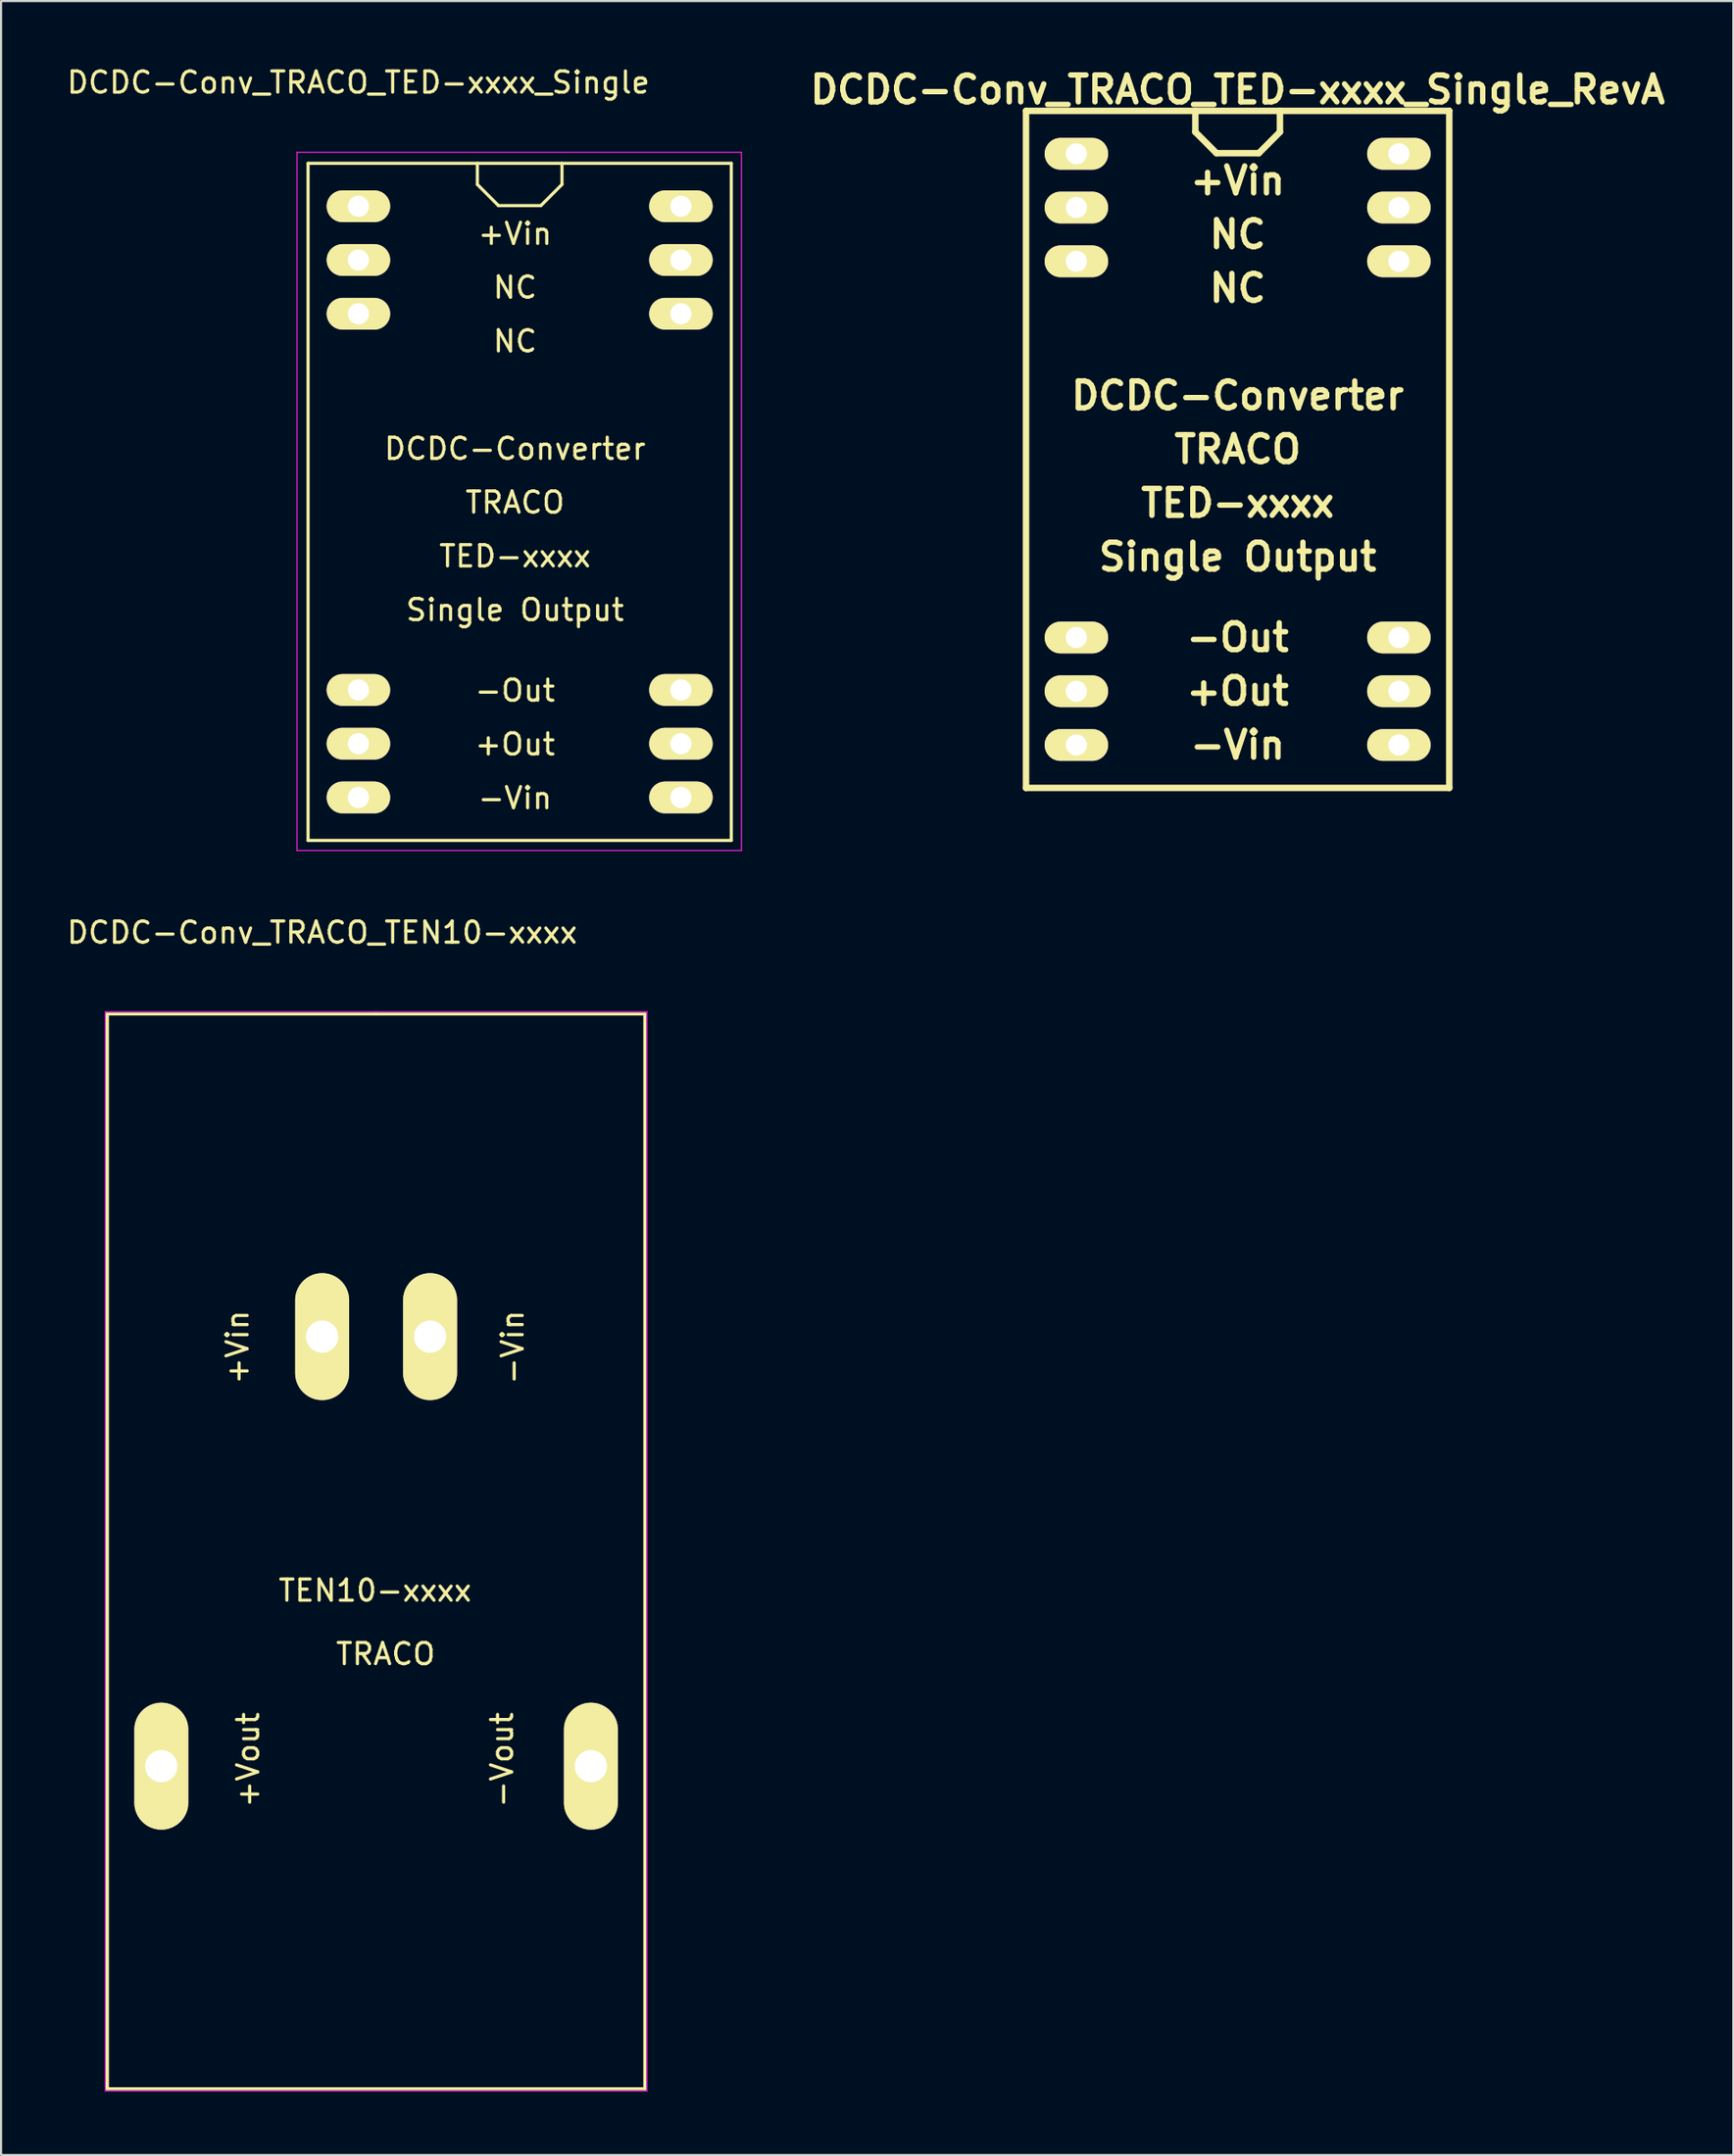
<source format=kicad_pcb>
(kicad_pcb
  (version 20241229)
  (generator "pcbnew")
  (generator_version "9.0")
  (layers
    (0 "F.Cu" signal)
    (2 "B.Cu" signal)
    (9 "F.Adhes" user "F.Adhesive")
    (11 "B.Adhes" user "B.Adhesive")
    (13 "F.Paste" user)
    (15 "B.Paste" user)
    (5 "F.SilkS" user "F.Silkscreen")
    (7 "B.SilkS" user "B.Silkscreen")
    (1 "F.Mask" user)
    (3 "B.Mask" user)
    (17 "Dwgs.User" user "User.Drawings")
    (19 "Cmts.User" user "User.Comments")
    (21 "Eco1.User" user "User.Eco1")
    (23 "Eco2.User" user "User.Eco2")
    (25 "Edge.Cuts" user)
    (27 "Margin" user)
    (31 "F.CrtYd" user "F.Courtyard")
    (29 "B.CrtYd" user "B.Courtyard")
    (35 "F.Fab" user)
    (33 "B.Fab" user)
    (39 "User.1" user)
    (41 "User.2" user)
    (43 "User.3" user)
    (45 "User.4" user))
  (footprint "DCDC-Conv_TRACO_TED-xxxx_Single_RevA"
    (layer "F.Cu")
    (at 55.435 18.189)
    (property "Reference" "DCDC-Conv_TRACO_TED-xxxx_Single_RevA" (at 0 -17 0) (layer "F.SilkS") (effects (font (size 1.27 1.27) (thickness 0.254))))
    (attr through_hole)
    (fp_line (start -10 -15.999) (end -10 15.999) (stroke (width 0.305) (type solid)) (layer "F.SilkS"))
    (fp_line (start -10 15.999) (end 10 15.999) (stroke (width 0.305) (type solid)) (layer "F.SilkS"))
    (fp_line (start -1.999 -15.999) (end -1.999 -15.001) (stroke (width 0.305) (type solid)) (layer "F.SilkS"))
    (fp_line (start -1.999 -15.001) (end -1.001 -14) (stroke (width 0.305) (type solid)) (layer "F.SilkS"))
    (fp_line (start -1.001 -14) (end 1.001 -14) (stroke (width 0.305) (type solid)) (layer "F.SilkS"))
    (fp_line (start 1.001 -14) (end 1.999 -15.001) (stroke (width 0.305) (type solid)) (layer "F.SilkS"))
    (fp_line (start 1.999 -15.001) (end 1.999 -15.999) (stroke (width 0.305) (type solid)) (layer "F.SilkS"))
    (fp_line (start 10 -15.999) (end -10 -15.999) (stroke (width 0.305) (type solid)) (layer "F.SilkS"))
    (fp_line (start 10 15.999) (end 10 -15.999) (stroke (width 0.305) (type solid)) (layer "F.SilkS"))
    (fp_text user "+Vin" (at 0 -12.7 0) (layer "F.SilkS") (effects (font (size 1.27 1.27) (thickness 0.254))))
    (fp_text user "+Out" (at 0 11.43 0) (layer "F.SilkS") (effects (font (size 1.27 1.27) (thickness 0.254))))
    (fp_text user "Single Output" (at 0 5.08 0) (layer "F.SilkS") (effects (font (size 1.27 1.27) (thickness 0.254))))
    (fp_text user "DCDC-Converter" (at 0 -2.54 0) (layer "F.SilkS") (effects (font (size 1.27 1.27) (thickness 0.254))))
    (fp_text user "-Out" (at 0 8.89 0) (layer "F.SilkS") (effects (font (size 1.27 1.27) (thickness 0.254))))
    (fp_text user "NC" (at 0 -7.62 0) (layer "F.SilkS") (effects (font (size 1.27 1.27) (thickness 0.254))))
    (fp_text user "NC" (at 0 -10.16 0) (layer "F.SilkS") (effects (font (size 1.27 1.27) (thickness 0.254))))
    (fp_text user "TED-xxxx" (at 0 2.54 0) (layer "F.SilkS") (effects (font (size 1.27 1.27) (thickness 0.254))))
    (fp_text user "-Vin" (at 0 13.97 0) (layer "F.SilkS") (effects (font (size 1.27 1.27) (thickness 0.254))))
    (fp_text user "TRACO" (at 0 0 0) (layer "F.SilkS") (effects (font (size 1.27 1.27) (thickness 0.254))))
    (pad "1" thru_hole oval (at -7.62 -13.97) (size 3 1.501) (drill 1.001) (layers "*.Cu" "*.Mask" "F.SilkS"))
    (pad "2" thru_hole oval (at -7.62 -11.43) (size 3 1.501) (drill 1.001) (layers "*.Cu" "*.Mask" "F.SilkS"))
    (pad "3" thru_hole oval (at -7.62 -8.89) (size 3 1.501) (drill 1.001) (layers "*.Cu" "*.Mask" "F.SilkS"))
    (pad "10" thru_hole oval (at -7.62 8.89) (size 3 1.501) (drill 1.001) (layers "*.Cu" "*.Mask" "F.SilkS"))
    (pad "11" thru_hole oval (at -7.62 11.43) (size 3 1.501) (drill 1.001) (layers "*.Cu" "*.Mask" "F.SilkS"))
    (pad "12" thru_hole oval (at -7.62 13.97) (size 3 1.501) (drill 1.001) (layers "*.Cu" "*.Mask" "F.SilkS"))
    (pad "13" thru_hole oval (at 7.62 13.97) (size 3 1.501) (drill 1.001) (layers "*.Cu" "*.Mask" "F.SilkS"))
    (pad "14" thru_hole oval (at 7.62 11.43) (size 3 1.501) (drill 1.001) (layers "*.Cu" "*.Mask" "F.SilkS"))
    (pad "15" thru_hole oval (at 7.62 8.89) (size 3 1.501) (drill 1.001) (layers "*.Cu" "*.Mask" "F.SilkS"))
    (pad "22" thru_hole oval (at 7.62 -8.89) (size 3 1.501) (drill 1.001) (layers "*.Cu" "*.Mask" "F.SilkS"))
    (pad "23" thru_hole oval (at 7.62 -11.43) (size 3 1.501) (drill 1.001) (layers "*.Cu" "*.Mask" "F.SilkS"))
    (pad "24" thru_hole oval (at 7.62 -13.97) (size 3 1.501) (drill 1.001) (layers "*.Cu" "*.Mask" "F.SilkS")))
  (footprint "DCDC-Conv_TRACO_TED-xxxx_Single"
    (layer "F.Cu")
    (at 13.887 6.698)
    (property "Reference" "DCDC-Conv_TRACO_TED-xxxx_Single" (at 0 -5.85 0) (layer "F.SilkS") (effects (font (size 1 1) (thickness 0.15))))
    (attr through_hole)
    (fp_line (start -2.38 -2.029) (end -2.38 29.97) (stroke (width 0.15) (type solid)) (layer "F.SilkS"))
    (fp_line (start -2.38 29.97) (end 17.62 29.97) (stroke (width 0.15) (type solid)) (layer "F.SilkS"))
    (fp_line (start 5.621 -2.029) (end 5.621 -1.031) (stroke (width 0.15) (type solid)) (layer "F.SilkS"))
    (fp_line (start 5.621 -1.031) (end 6.619 -0.03) (stroke (width 0.15) (type solid)) (layer "F.SilkS"))
    (fp_line (start 6.619 -0.03) (end 8.621 -0.03) (stroke (width 0.15) (type solid)) (layer "F.SilkS"))
    (fp_line (start 8.621 -0.03) (end 9.619 -1.031) (stroke (width 0.15) (type solid)) (layer "F.SilkS"))
    (fp_line (start 9.619 -1.031) (end 9.619 -2.029) (stroke (width 0.15) (type solid)) (layer "F.SilkS"))
    (fp_line (start 17.62 -2.029) (end -2.38 -2.029) (stroke (width 0.15) (type solid)) (layer "F.SilkS"))
    (fp_line (start 17.62 29.97) (end 17.62 -2.029) (stroke (width 0.15) (type solid)) (layer "F.SilkS"))
    (fp_line (start -2.9 -2.55) (end -2.9 30.45) (stroke (width 0.05) (type solid)) (layer "F.CrtYd"))
    (fp_line (start -2.9 -2.55) (end 18.1 -2.55) (stroke (width 0.05) (type solid)) (layer "F.CrtYd"))
    (fp_line (start -2.9 30.45) (end 18.1 30.45) (stroke (width 0.05) (type solid)) (layer "F.CrtYd"))
    (fp_line (start 18.1 -2.55) (end 18.1 30.45) (stroke (width 0.05) (type solid)) (layer "F.CrtYd"))
    (fp_text user "-Vin" (at 7.4 27.97 0) (layer "F.SilkS") (effects (font (size 1 1) (thickness 0.15))))
    (fp_text user "TRACO" (at 7.4 14 0) (layer "F.SilkS") (effects (font (size 1 1) (thickness 0.15))))
    (fp_text user "DCDC-Converter" (at 7.4 11.46 0) (layer "F.SilkS") (effects (font (size 1 1) (thickness 0.15))))
    (fp_text user "Single Output" (at 7.4 19.08 0) (layer "F.SilkS") (effects (font (size 1 1) (thickness 0.15))))
    (fp_text user "NC" (at 7.4 6.38 0) (layer "F.SilkS") (effects (font (size 1 1) (thickness 0.15))))
    (fp_text user "-Out" (at 7.4 22.89 0) (layer "F.SilkS") (effects (font (size 1 1) (thickness 0.15))))
    (fp_text user "NC" (at 7.4 3.84 0) (layer "F.SilkS") (effects (font (size 1 1) (thickness 0.15))))
    (fp_text user "TED-xxxx" (at 7.4 16.54 0) (layer "F.SilkS") (effects (font (size 1 1) (thickness 0.15))))
    (fp_text user "+Out" (at 7.4 25.43 0) (layer "F.SilkS") (effects (font (size 1 1) (thickness 0.15))))
    (fp_text user "+Vin" (at 7.4 1.3 0) (layer "F.SilkS") (effects (font (size 1 1) (thickness 0.15))))
    (pad "1" thru_hole oval (at 0 0) (size 3 1.501) (drill 1.001) (layers "*.Cu" "*.Mask" "F.SilkS"))
    (pad "2" thru_hole oval (at 0 2.54) (size 3 1.501) (drill 1.001) (layers "*.Cu" "*.Mask" "F.SilkS"))
    (pad "3" thru_hole oval (at 0 5.08) (size 3 1.501) (drill 1.001) (layers "*.Cu" "*.Mask" "F.SilkS"))
    (pad "10" thru_hole oval (at 0 22.86) (size 3 1.501) (drill 1.001) (layers "*.Cu" "*.Mask" "F.SilkS"))
    (pad "11" thru_hole oval (at 0 25.4) (size 3 1.501) (drill 1.001) (layers "*.Cu" "*.Mask" "F.SilkS"))
    (pad "12" thru_hole oval (at 0 27.94) (size 3 1.501) (drill 1.001) (layers "*.Cu" "*.Mask" "F.SilkS"))
    (pad "13" thru_hole oval (at 15.24 27.94) (size 3 1.501) (drill 1.001) (layers "*.Cu" "*.Mask" "F.SilkS"))
    (pad "14" thru_hole oval (at 15.24 25.4) (size 3 1.501) (drill 1.001) (layers "*.Cu" "*.Mask" "F.SilkS"))
    (pad "15" thru_hole oval (at 15.24 22.86) (size 3 1.501) (drill 1.001) (layers "*.Cu" "*.Mask" "F.SilkS"))
    (pad "22" thru_hole oval (at 15.24 5.08) (size 3 1.501) (drill 1.001) (layers "*.Cu" "*.Mask" "F.SilkS"))
    (pad "23" thru_hole oval (at 15.24 2.54) (size 3 1.501) (drill 1.001) (layers "*.Cu" "*.Mask" "F.SilkS"))
    (pad "24" thru_hole oval (at 15.24 0) (size 3 1.501) (drill 1.001) (layers "*.Cu" "*.Mask" "F.SilkS")))
  (footprint "DCDC-Conv_TRACO_TEN10-xxxx"
    (layer "F.Cu")
    (at 12.173 60.121)
    (property "Reference" "DCDC-Conv_TRACO_TEN10-xxxx" (at 0 -19.1 0) (layer "F.SilkS") (effects (font (size 1 1) (thickness 0.15))))
    (attr through_hole)
    (fp_line (start -10.15 -15.25) (end -10.15 35.55) (stroke (width 0.15) (type solid)) (layer "F.SilkS"))
    (fp_line (start -10.15 35.55) (end 15.25 35.55) (stroke (width 0.15) (type solid)) (layer "F.SilkS"))
    (fp_line (start 2.55 -15.25) (end -10.15 -15.25) (stroke (width 0.15) (type solid)) (layer "F.SilkS"))
    (fp_line (start 15.25 -15.25) (end 2.55 -15.25) (stroke (width 0.15) (type solid)) (layer "F.SilkS"))
    (fp_line (start 15.25 35.55) (end 15.25 -15.25) (stroke (width 0.15) (type solid)) (layer "F.SilkS"))
    (fp_line (start -10.25 -15.35) (end -10.25 35.65) (stroke (width 0.05) (type solid)) (layer "F.CrtYd"))
    (fp_line (start -10.25 -15.35) (end 15.35 -15.35) (stroke (width 0.05) (type solid)) (layer "F.CrtYd"))
    (fp_line (start -10.25 35.65) (end 15.35 35.65) (stroke (width 0.05) (type solid)) (layer "F.CrtYd"))
    (fp_line (start 15.35 -15.35) (end 15.35 35.65) (stroke (width 0.05) (type solid)) (layer "F.CrtYd"))
    (fp_text user "TRACO" (at 3 15 180) (layer "F.SilkS") (effects (font (size 1 1) (thickness 0.15))))
    (fp_text user "+Vin" (at -4 0.5 270) (layer "F.SilkS") (effects (font (size 1 1) (thickness 0.15))))
    (fp_text user "TEN10-xxxx" (at 2.5 12 180) (layer "F.SilkS") (effects (font (size 1 1) (thickness 0.15))))
    (fp_text user "+Vout" (at -3.5 20 270) (layer "F.SilkS") (effects (font (size 1 1) (thickness 0.15))))
    (fp_text user "-Vin" (at 9 0.5 270) (layer "F.SilkS") (effects (font (size 1 1) (thickness 0.15))))
    (fp_text user "-Vout" (at 8.5 20 270) (layer "F.SilkS") (effects (font (size 1 1) (thickness 0.15))))
    (pad "1" thru_hole oval (at 0 0) (size 2.55 6) (drill 1.524) (layers "*.Cu" "*.Mask" "F.SilkS"))
    (pad "2" thru_hole oval (at 5.1 0) (size 2.55 6) (drill 1.524) (layers "*.Cu" "*.Mask" "F.SilkS"))
    (pad "3" thru_hole oval (at -7.6 20.3) (size 2.55 6) (drill 1.524) (layers "*.Cu" "*.Mask" "F.SilkS"))
    (pad "5" thru_hole oval (at 12.7 20.3) (size 2.55 6) (drill 1.524) (layers "*.Cu" "*.Mask" "F.SilkS")))
  (gr_rect
    (start -3 -3)
    (end 78.858 98.796)
    (stroke (width 0.1) (type default))
    (fill no)
    (layer "Edge.Cuts")))
</source>
